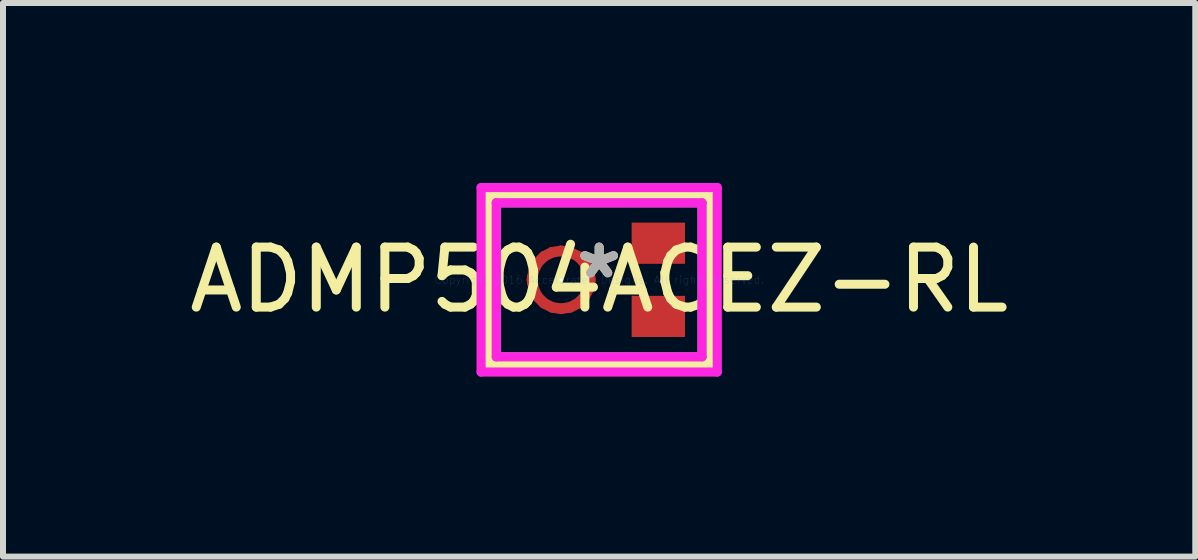
<source format=kicad_pcb>
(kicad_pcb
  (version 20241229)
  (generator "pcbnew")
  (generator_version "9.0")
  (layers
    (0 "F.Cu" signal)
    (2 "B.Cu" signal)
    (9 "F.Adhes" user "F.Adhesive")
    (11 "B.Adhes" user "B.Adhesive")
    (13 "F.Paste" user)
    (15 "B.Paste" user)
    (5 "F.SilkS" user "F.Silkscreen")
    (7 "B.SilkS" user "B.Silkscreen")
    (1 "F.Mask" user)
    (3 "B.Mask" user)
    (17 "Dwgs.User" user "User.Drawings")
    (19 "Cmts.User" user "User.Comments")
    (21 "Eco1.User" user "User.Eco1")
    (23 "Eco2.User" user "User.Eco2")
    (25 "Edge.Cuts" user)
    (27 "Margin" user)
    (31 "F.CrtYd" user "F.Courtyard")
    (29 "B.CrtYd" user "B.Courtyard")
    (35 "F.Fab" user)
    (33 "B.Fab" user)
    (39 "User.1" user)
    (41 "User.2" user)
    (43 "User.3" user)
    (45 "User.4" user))
  (footprint "ADMP504ACEZ-RL"
    (layer "F.Cu")
    (at 6.935 1.613)
    (property "Reference" "ADMP504ACEZ-RL" (at 0 0 0) (layer "F.SilkS") (effects (font (size 1 1) (thickness 0.15))))
    (attr through_hole)
    (fp_line (start -1.13 0) (end -1.106 -0.153) (stroke (width 0.152) (type solid)) (layer "F.Cu"))
    (fp_line (start -1.13 0) (end -1.106 0.153) (stroke (width 0.152) (type solid)) (layer "F.Cu"))
    (fp_line (start -1.128 -0.043) (end -1.13 0) (stroke (width 0.152) (type solid)) (layer "F.Cu"))
    (fp_line (start -1.128 0.043) (end -1.13 0) (stroke (width 0.152) (type solid)) (layer "F.Cu"))
    (fp_line (start -1.106 -0.153) (end -1.035 -0.291) (stroke (width 0.152) (type solid)) (layer "F.Cu"))
    (fp_line (start -1.106 0.153) (end -1.035 0.291) (stroke (width 0.152) (type solid)) (layer "F.Cu"))
    (fp_line (start -1.104 0) (end -1.103 -0.041) (stroke (width 0.152) (type solid)) (layer "F.Cu"))
    (fp_line (start -1.104 0) (end -1.103 0.041) (stroke (width 0.152) (type solid)) (layer "F.Cu"))
    (fp_line (start -1.103 -0.041) (end -1.128 -0.043) (stroke (width 0.152) (type solid)) (layer "F.Cu"))
    (fp_line (start -1.103 0.041) (end -1.128 0.043) (stroke (width 0.152) (type solid)) (layer "F.Cu"))
    (fp_line (start -1.081 -0.145) (end -1.104 0) (stroke (width 0.152) (type solid)) (layer "F.Cu"))
    (fp_line (start -1.081 0.145) (end -1.104 0) (stroke (width 0.152) (type solid)) (layer "F.Cu"))
    (fp_line (start -1.035 -0.291) (end -0.926 -0.401) (stroke (width 0.152) (type solid)) (layer "F.Cu"))
    (fp_line (start -1.035 0.291) (end -0.926 0.401) (stroke (width 0.152) (type solid)) (layer "F.Cu"))
    (fp_line (start -1.015 -0.276) (end -1.081 -0.145) (stroke (width 0.152) (type solid)) (layer "F.Cu"))
    (fp_line (start -1.015 0.276) (end -1.081 0.145) (stroke (width 0.152) (type solid)) (layer "F.Cu"))
    (fp_line (start -0.926 -0.401) (end -0.788 -0.471) (stroke (width 0.152) (type solid)) (layer "F.Cu"))
    (fp_line (start -0.926 0.401) (end -0.788 0.471) (stroke (width 0.152) (type solid)) (layer "F.Cu"))
    (fp_line (start -0.911 -0.38) (end -1.015 -0.276) (stroke (width 0.152) (type solid)) (layer "F.Cu"))
    (fp_line (start -0.911 0.38) (end -1.015 0.276) (stroke (width 0.152) (type solid)) (layer "F.Cu"))
    (fp_line (start -0.788 -0.471) (end -0.634 -0.495) (stroke (width 0.152) (type solid)) (layer "F.Cu"))
    (fp_line (start -0.788 0.471) (end -0.634 0.495) (stroke (width 0.152) (type solid)) (layer "F.Cu"))
    (fp_line (start -0.78 -0.447) (end -0.911 -0.38) (stroke (width 0.152) (type solid)) (layer "F.Cu"))
    (fp_line (start -0.78 0.447) (end -0.911 0.38) (stroke (width 0.152) (type solid)) (layer "F.Cu"))
    (fp_line (start -0.634 -0.495) (end -0.481 -0.471) (stroke (width 0.152) (type solid)) (layer "F.Cu"))
    (fp_line (start -0.634 -0.47) (end -0.78 -0.447) (stroke (width 0.152) (type solid)) (layer "F.Cu"))
    (fp_line (start -0.634 0.47) (end -0.78 0.447) (stroke (width 0.152) (type solid)) (layer "F.Cu"))
    (fp_line (start -0.634 0.495) (end -0.481 0.471) (stroke (width 0.152) (type solid)) (layer "F.Cu"))
    (fp_line (start -0.489 -0.447) (end -0.634 -0.47) (stroke (width 0.152) (type solid)) (layer "F.Cu"))
    (fp_line (start -0.489 0.447) (end -0.634 0.47) (stroke (width 0.152) (type solid)) (layer "F.Cu"))
    (fp_line (start -0.481 -0.471) (end -0.343 -0.401) (stroke (width 0.152) (type solid)) (layer "F.Cu"))
    (fp_line (start -0.481 0.471) (end -0.343 0.401) (stroke (width 0.152) (type solid)) (layer "F.Cu"))
    (fp_line (start -0.358 -0.38) (end -0.489 -0.447) (stroke (width 0.152) (type solid)) (layer "F.Cu"))
    (fp_line (start -0.358 0.38) (end -0.489 0.447) (stroke (width 0.152) (type solid)) (layer "F.Cu"))
    (fp_line (start -0.343 -0.401) (end -0.234 -0.291) (stroke (width 0.152) (type solid)) (layer "F.Cu"))
    (fp_line (start -0.343 0.401) (end -0.234 0.291) (stroke (width 0.152) (type solid)) (layer "F.Cu"))
    (fp_line (start -0.254 -0.276) (end -0.358 -0.38) (stroke (width 0.152) (type solid)) (layer "F.Cu"))
    (fp_line (start -0.254 0.276) (end -0.358 0.38) (stroke (width 0.152) (type solid)) (layer "F.Cu"))
    (fp_line (start -0.234 -0.291) (end -0.163 -0.153) (stroke (width 0.152) (type solid)) (layer "F.Cu"))
    (fp_line (start -0.234 0.291) (end -0.163 0.153) (stroke (width 0.152) (type solid)) (layer "F.Cu"))
    (fp_line (start -0.188 -0.145) (end -0.254 -0.276) (stroke (width 0.152) (type solid)) (layer "F.Cu"))
    (fp_line (start -0.188 0.145) (end -0.254 0.276) (stroke (width 0.152) (type solid)) (layer "F.Cu"))
    (fp_line (start -0.166 -0.041) (end -0.165 0) (stroke (width 0.152) (type solid)) (layer "F.Cu"))
    (fp_line (start -0.166 0.041) (end -0.165 0) (stroke (width 0.152) (type solid)) (layer "F.Cu"))
    (fp_line (start -0.165 0) (end -0.188 -0.145) (stroke (width 0.152) (type solid)) (layer "F.Cu"))
    (fp_line (start -0.165 0) (end -0.188 0.145) (stroke (width 0.152) (type solid)) (layer "F.Cu"))
    (fp_line (start -0.163 -0.153) (end -0.139 0) (stroke (width 0.152) (type solid)) (layer "F.Cu"))
    (fp_line (start -0.163 0.153) (end -0.139 0) (stroke (width 0.152) (type solid)) (layer "F.Cu"))
    (fp_line (start -0.141 -0.043) (end -0.166 -0.041) (stroke (width 0.152) (type solid)) (layer "F.Cu"))
    (fp_line (start -0.141 0.043) (end -0.166 0.041) (stroke (width 0.152) (type solid)) (layer "F.Cu"))
    (fp_line (start -0.139 0) (end -0.141 -0.043) (stroke (width 0.152) (type solid)) (layer "F.Cu"))
    (fp_line (start -0.139 0) (end -0.141 0.043) (stroke (width 0.152) (type solid)) (layer "F.Cu"))
    (fp_line (start -1.13 0) (end -1.106 -0.153) (stroke (width 0.152) (type solid)) (layer "F.Mask"))
    (fp_line (start -1.13 0) (end -1.106 0.153) (stroke (width 0.152) (type solid)) (layer "F.Mask"))
    (fp_line (start -1.128 -0.043) (end -1.13 0) (stroke (width 0.152) (type solid)) (layer "F.Mask"))
    (fp_line (start -1.128 0.043) (end -1.13 0) (stroke (width 0.152) (type solid)) (layer "F.Mask"))
    (fp_line (start -1.106 -0.153) (end -1.035 -0.291) (stroke (width 0.152) (type solid)) (layer "F.Mask"))
    (fp_line (start -1.106 0.153) (end -1.035 0.291) (stroke (width 0.152) (type solid)) (layer "F.Mask"))
    (fp_line (start -1.104 0) (end -1.103 -0.041) (stroke (width 0.152) (type solid)) (layer "F.Mask"))
    (fp_line (start -1.104 0) (end -1.103 0.041) (stroke (width 0.152) (type solid)) (layer "F.Mask"))
    (fp_line (start -1.103 -0.041) (end -1.128 -0.043) (stroke (width 0.152) (type solid)) (layer "F.Mask"))
    (fp_line (start -1.103 0.041) (end -1.128 0.043) (stroke (width 0.152) (type solid)) (layer "F.Mask"))
    (fp_line (start -1.081 -0.145) (end -1.104 0) (stroke (width 0.152) (type solid)) (layer "F.Mask"))
    (fp_line (start -1.081 0.145) (end -1.104 0) (stroke (width 0.152) (type solid)) (layer "F.Mask"))
    (fp_line (start -1.035 -0.291) (end -0.926 -0.401) (stroke (width 0.152) (type solid)) (layer "F.Mask"))
    (fp_line (start -1.035 0.291) (end -0.926 0.401) (stroke (width 0.152) (type solid)) (layer "F.Mask"))
    (fp_line (start -1.015 -0.276) (end -1.081 -0.145) (stroke (width 0.152) (type solid)) (layer "F.Mask"))
    (fp_line (start -1.015 0.276) (end -1.081 0.145) (stroke (width 0.152) (type solid)) (layer "F.Mask"))
    (fp_line (start -0.926 -0.401) (end -0.788 -0.471) (stroke (width 0.152) (type solid)) (layer "F.Mask"))
    (fp_line (start -0.926 0.401) (end -0.788 0.471) (stroke (width 0.152) (type solid)) (layer "F.Mask"))
    (fp_line (start -0.911 -0.38) (end -1.015 -0.276) (stroke (width 0.152) (type solid)) (layer "F.Mask"))
    (fp_line (start -0.911 0.38) (end -1.015 0.276) (stroke (width 0.152) (type solid)) (layer "F.Mask"))
    (fp_line (start -0.788 -0.471) (end -0.634 -0.495) (stroke (width 0.152) (type solid)) (layer "F.Mask"))
    (fp_line (start -0.788 0.471) (end -0.634 0.495) (stroke (width 0.152) (type solid)) (layer "F.Mask"))
    (fp_line (start -0.78 -0.447) (end -0.911 -0.38) (stroke (width 0.152) (type solid)) (layer "F.Mask"))
    (fp_line (start -0.78 0.447) (end -0.911 0.38) (stroke (width 0.152) (type solid)) (layer "F.Mask"))
    (fp_line (start -0.634 -0.495) (end -0.481 -0.471) (stroke (width 0.152) (type solid)) (layer "F.Mask"))
    (fp_line (start -0.634 -0.47) (end -0.78 -0.447) (stroke (width 0.152) (type solid)) (layer "F.Mask"))
    (fp_line (start -0.634 0.47) (end -0.78 0.447) (stroke (width 0.152) (type solid)) (layer "F.Mask"))
    (fp_line (start -0.634 0.495) (end -0.481 0.471) (stroke (width 0.152) (type solid)) (layer "F.Mask"))
    (fp_line (start -0.489 -0.447) (end -0.634 -0.47) (stroke (width 0.152) (type solid)) (layer "F.Mask"))
    (fp_line (start -0.489 0.447) (end -0.634 0.47) (stroke (width 0.152) (type solid)) (layer "F.Mask"))
    (fp_line (start -0.481 -0.471) (end -0.343 -0.401) (stroke (width 0.152) (type solid)) (layer "F.Mask"))
    (fp_line (start -0.481 0.471) (end -0.343 0.401) (stroke (width 0.152) (type solid)) (layer "F.Mask"))
    (fp_line (start -0.358 -0.38) (end -0.489 -0.447) (stroke (width 0.152) (type solid)) (layer "F.Mask"))
    (fp_line (start -0.358 0.38) (end -0.489 0.447) (stroke (width 0.152) (type solid)) (layer "F.Mask"))
    (fp_line (start -0.343 -0.401) (end -0.234 -0.291) (stroke (width 0.152) (type solid)) (layer "F.Mask"))
    (fp_line (start -0.343 0.401) (end -0.234 0.291) (stroke (width 0.152) (type solid)) (layer "F.Mask"))
    (fp_line (start -0.254 -0.276) (end -0.358 -0.38) (stroke (width 0.152) (type solid)) (layer "F.Mask"))
    (fp_line (start -0.254 0.276) (end -0.358 0.38) (stroke (width 0.152) (type solid)) (layer "F.Mask"))
    (fp_line (start -0.234 -0.291) (end -0.163 -0.153) (stroke (width 0.152) (type solid)) (layer "F.Mask"))
    (fp_line (start -0.234 0.291) (end -0.163 0.153) (stroke (width 0.152) (type solid)) (layer "F.Mask"))
    (fp_line (start -0.188 -0.145) (end -0.254 -0.276) (stroke (width 0.152) (type solid)) (layer "F.Mask"))
    (fp_line (start -0.188 0.145) (end -0.254 0.276) (stroke (width 0.152) (type solid)) (layer "F.Mask"))
    (fp_line (start -0.166 -0.041) (end -0.165 0) (stroke (width 0.152) (type solid)) (layer "F.Mask"))
    (fp_line (start -0.166 0.041) (end -0.165 0) (stroke (width 0.152) (type solid)) (layer "F.Mask"))
    (fp_line (start -0.165 0) (end -0.188 -0.145) (stroke (width 0.152) (type solid)) (layer "F.Mask"))
    (fp_line (start -0.165 0) (end -0.188 0.145) (stroke (width 0.152) (type solid)) (layer "F.Mask"))
    (fp_line (start -0.163 -0.153) (end -0.139 0) (stroke (width 0.152) (type solid)) (layer "F.Mask"))
    (fp_line (start -0.163 0.153) (end -0.139 0) (stroke (width 0.152) (type solid)) (layer "F.Mask"))
    (fp_line (start -0.141 -0.043) (end -0.166 -0.041) (stroke (width 0.152) (type solid)) (layer "F.Mask"))
    (fp_line (start -0.141 0.043) (end -0.166 0.041) (stroke (width 0.152) (type solid)) (layer "F.Mask"))
    (fp_line (start -0.139 0) (end -0.141 -0.043) (stroke (width 0.152) (type solid)) (layer "F.Mask"))
    (fp_line (start -0.139 0) (end -0.141 0.043) (stroke (width 0.152) (type solid)) (layer "F.Mask"))
    (fp_line (start -1.841 -1.41) (end -1.841 1.41) (stroke (width 0.152) (type solid)) (layer "F.SilkS"))
    (fp_line (start -1.841 1.41) (end 1.841 1.41) (stroke (width 0.152) (type solid)) (layer "F.SilkS"))
    (fp_line (start 1.841 -1.41) (end -1.841 -1.41) (stroke (width 0.152) (type solid)) (layer "F.SilkS"))
    (fp_line (start 1.841 1.41) (end 1.841 -1.41) (stroke (width 0.152) (type solid)) (layer "F.SilkS"))
    (fp_line (start -1.13 0) (end -1.106 -0.153) (stroke (width 0.152) (type solid)) (layer "F.Paste"))
    (fp_line (start -1.13 0) (end -1.106 0.153) (stroke (width 0.152) (type solid)) (layer "F.Paste"))
    (fp_line (start -1.128 -0.043) (end -1.13 0) (stroke (width 0.152) (type solid)) (layer "F.Paste"))
    (fp_line (start -1.128 0.043) (end -1.13 0) (stroke (width 0.152) (type solid)) (layer "F.Paste"))
    (fp_line (start -1.106 -0.153) (end -1.035 -0.291) (stroke (width 0.152) (type solid)) (layer "F.Paste"))
    (fp_line (start -1.106 0.153) (end -1.035 0.291) (stroke (width 0.152) (type solid)) (layer "F.Paste"))
    (fp_line (start -1.104 0) (end -1.103 -0.041) (stroke (width 0.152) (type solid)) (layer "F.Paste"))
    (fp_line (start -1.104 0) (end -1.103 0.041) (stroke (width 0.152) (type solid)) (layer "F.Paste"))
    (fp_line (start -1.103 -0.041) (end -1.128 -0.043) (stroke (width 0.152) (type solid)) (layer "F.Paste"))
    (fp_line (start -1.103 0.041) (end -1.128 0.043) (stroke (width 0.152) (type solid)) (layer "F.Paste"))
    (fp_line (start -1.081 -0.145) (end -1.104 0) (stroke (width 0.152) (type solid)) (layer "F.Paste"))
    (fp_line (start -1.081 0.145) (end -1.104 0) (stroke (width 0.152) (type solid)) (layer "F.Paste"))
    (fp_line (start -1.035 -0.291) (end -0.926 -0.401) (stroke (width 0.152) (type solid)) (layer "F.Paste"))
    (fp_line (start -1.035 0.291) (end -0.926 0.401) (stroke (width 0.152) (type solid)) (layer "F.Paste"))
    (fp_line (start -1.015 -0.276) (end -1.081 -0.145) (stroke (width 0.152) (type solid)) (layer "F.Paste"))
    (fp_line (start -1.015 0.276) (end -1.081 0.145) (stroke (width 0.152) (type solid)) (layer "F.Paste"))
    (fp_line (start -0.926 -0.401) (end -0.788 -0.471) (stroke (width 0.152) (type solid)) (layer "F.Paste"))
    (fp_line (start -0.926 0.401) (end -0.788 0.471) (stroke (width 0.152) (type solid)) (layer "F.Paste"))
    (fp_line (start -0.911 -0.38) (end -1.015 -0.276) (stroke (width 0.152) (type solid)) (layer "F.Paste"))
    (fp_line (start -0.911 0.38) (end -1.015 0.276) (stroke (width 0.152) (type solid)) (layer "F.Paste"))
    (fp_line (start -0.788 -0.471) (end -0.634 -0.495) (stroke (width 0.152) (type solid)) (layer "F.Paste"))
    (fp_line (start -0.788 0.471) (end -0.634 0.495) (stroke (width 0.152) (type solid)) (layer "F.Paste"))
    (fp_line (start -0.78 -0.447) (end -0.911 -0.38) (stroke (width 0.152) (type solid)) (layer "F.Paste"))
    (fp_line (start -0.78 0.447) (end -0.911 0.38) (stroke (width 0.152) (type solid)) (layer "F.Paste"))
    (fp_line (start -0.634 -0.495) (end -0.481 -0.471) (stroke (width 0.152) (type solid)) (layer "F.Paste"))
    (fp_line (start -0.634 -0.47) (end -0.78 -0.447) (stroke (width 0.152) (type solid)) (layer "F.Paste"))
    (fp_line (start -0.634 0.47) (end -0.78 0.447) (stroke (width 0.152) (type solid)) (layer "F.Paste"))
    (fp_line (start -0.634 0.495) (end -0.481 0.471) (stroke (width 0.152) (type solid)) (layer "F.Paste"))
    (fp_line (start -0.489 -0.447) (end -0.634 -0.47) (stroke (width 0.152) (type solid)) (layer "F.Paste"))
    (fp_line (start -0.489 0.447) (end -0.634 0.47) (stroke (width 0.152) (type solid)) (layer "F.Paste"))
    (fp_line (start -0.481 -0.471) (end -0.343 -0.401) (stroke (width 0.152) (type solid)) (layer "F.Paste"))
    (fp_line (start -0.481 0.471) (end -0.343 0.401) (stroke (width 0.152) (type solid)) (layer "F.Paste"))
    (fp_line (start -0.358 -0.38) (end -0.489 -0.447) (stroke (width 0.152) (type solid)) (layer "F.Paste"))
    (fp_line (start -0.358 0.38) (end -0.489 0.447) (stroke (width 0.152) (type solid)) (layer "F.Paste"))
    (fp_line (start -0.343 -0.401) (end -0.234 -0.291) (stroke (width 0.152) (type solid)) (layer "F.Paste"))
    (fp_line (start -0.343 0.401) (end -0.234 0.291) (stroke (width 0.152) (type solid)) (layer "F.Paste"))
    (fp_line (start -0.254 -0.276) (end -0.358 -0.38) (stroke (width 0.152) (type solid)) (layer "F.Paste"))
    (fp_line (start -0.254 0.276) (end -0.358 0.38) (stroke (width 0.152) (type solid)) (layer "F.Paste"))
    (fp_line (start -0.234 -0.291) (end -0.163 -0.153) (stroke (width 0.152) (type solid)) (layer "F.Paste"))
    (fp_line (start -0.234 0.291) (end -0.163 0.153) (stroke (width 0.152) (type solid)) (layer "F.Paste"))
    (fp_line (start -0.188 -0.145) (end -0.254 -0.276) (stroke (width 0.152) (type solid)) (layer "F.Paste"))
    (fp_line (start -0.188 0.145) (end -0.254 0.276) (stroke (width 0.152) (type solid)) (layer "F.Paste"))
    (fp_line (start -0.166 -0.041) (end -0.165 0) (stroke (width 0.152) (type solid)) (layer "F.Paste"))
    (fp_line (start -0.166 0.041) (end -0.165 0) (stroke (width 0.152) (type solid)) (layer "F.Paste"))
    (fp_line (start -0.165 0) (end -0.188 -0.145) (stroke (width 0.152) (type solid)) (layer "F.Paste"))
    (fp_line (start -0.165 0) (end -0.188 0.145) (stroke (width 0.152) (type solid)) (layer "F.Paste"))
    (fp_line (start -0.163 -0.153) (end -0.139 0) (stroke (width 0.152) (type solid)) (layer "F.Paste"))
    (fp_line (start -0.163 0.153) (end -0.139 0) (stroke (width 0.152) (type solid)) (layer "F.Paste"))
    (fp_line (start -0.141 -0.043) (end -0.166 -0.041) (stroke (width 0.152) (type solid)) (layer "F.Paste"))
    (fp_line (start -0.141 0.043) (end -0.166 0.041) (stroke (width 0.152) (type solid)) (layer "F.Paste"))
    (fp_line (start -0.139 0) (end -0.141 -0.043) (stroke (width 0.152) (type solid)) (layer "F.Paste"))
    (fp_line (start -0.139 0) (end -0.141 0.043) (stroke (width 0.152) (type solid)) (layer "F.Paste"))
    (fp_line (start -1.968 -1.537) (end 1.968 -1.537) (stroke (width 0.152) (type solid)) (layer "F.CrtYd"))
    (fp_line (start -1.968 1.537) (end -1.968 -1.537) (stroke (width 0.152) (type solid)) (layer "F.CrtYd"))
    (fp_line (start -1.714 -1.283) (end 1.714 -1.283) (stroke (width 0.152) (type solid)) (layer "F.CrtYd"))
    (fp_line (start -1.714 1.283) (end -1.714 -1.283) (stroke (width 0.152) (type solid)) (layer "F.CrtYd"))
    (fp_line (start 1.714 -1.283) (end 1.714 1.283) (stroke (width 0.152) (type solid)) (layer "F.CrtYd"))
    (fp_line (start 1.714 1.283) (end -1.714 1.283) (stroke (width 0.152) (type solid)) (layer "F.CrtYd"))
    (fp_line (start 1.968 -1.537) (end 1.968 1.537) (stroke (width 0.152) (type solid)) (layer "F.CrtYd"))
    (fp_line (start 1.968 1.537) (end -1.968 1.537) (stroke (width 0.152) (type solid)) (layer "F.CrtYd"))
    (fp_line (start -1.714 -1.283) (end -1.714 1.283) (stroke (width 0.152) (type solid)) (layer "F.Fab"))
    (fp_line (start -1.714 1.283) (end 1.714 1.283) (stroke (width 0.152) (type solid)) (layer "F.Fab"))
    (fp_line (start 1.714 -1.283) (end -1.714 -1.283) (stroke (width 0.152) (type solid)) (layer "F.Fab"))
    (fp_line (start 1.714 1.283) (end 1.714 -1.283) (stroke (width 0.152) (type solid)) (layer "F.Fab"))
    (fp_text user "*" (at 0 0 0) (layer "F.SilkS") (effects (font (size 1 1) (thickness 0.15))))
    (fp_text user "Copyright 2016 Accelerated Designs. All rights reserved." (at 0 0 0) (layer "Cmts.User") (effects (font (size 0.127 0.127) (thickness 0.002))))
    (fp_text user "*" (at 0 0 0) (layer "F.Fab") (effects (font (size 1 1) (thickness 0.15))))
    (pad "" np_thru_hole circle (at -0.634 0) (size 0.051 0.051) (drill 0.254) (layers "*.Cu" "*.Mask"))
    (pad "1" smd rect (at 0.986 -0.61) (size 0.889 0.686) (layers "F.Cu" "F.Mask" "F.Paste"))
    (pad "2" smd rect (at -1.117 0) (size 0.051 0.051) (layers "F.Cu" "F.Mask" "F.Paste"))
    (pad "3" smd rect (at 0.986 0.61) (size 0.889 0.686) (layers "F.Cu" "F.Mask" "F.Paste")))
  (gr_rect
    (start -3 -3)
    (end 16.869 6.226)
    (stroke (width 0.1) (type default))
    (fill no)
    (layer "Edge.Cuts")))
</source>
